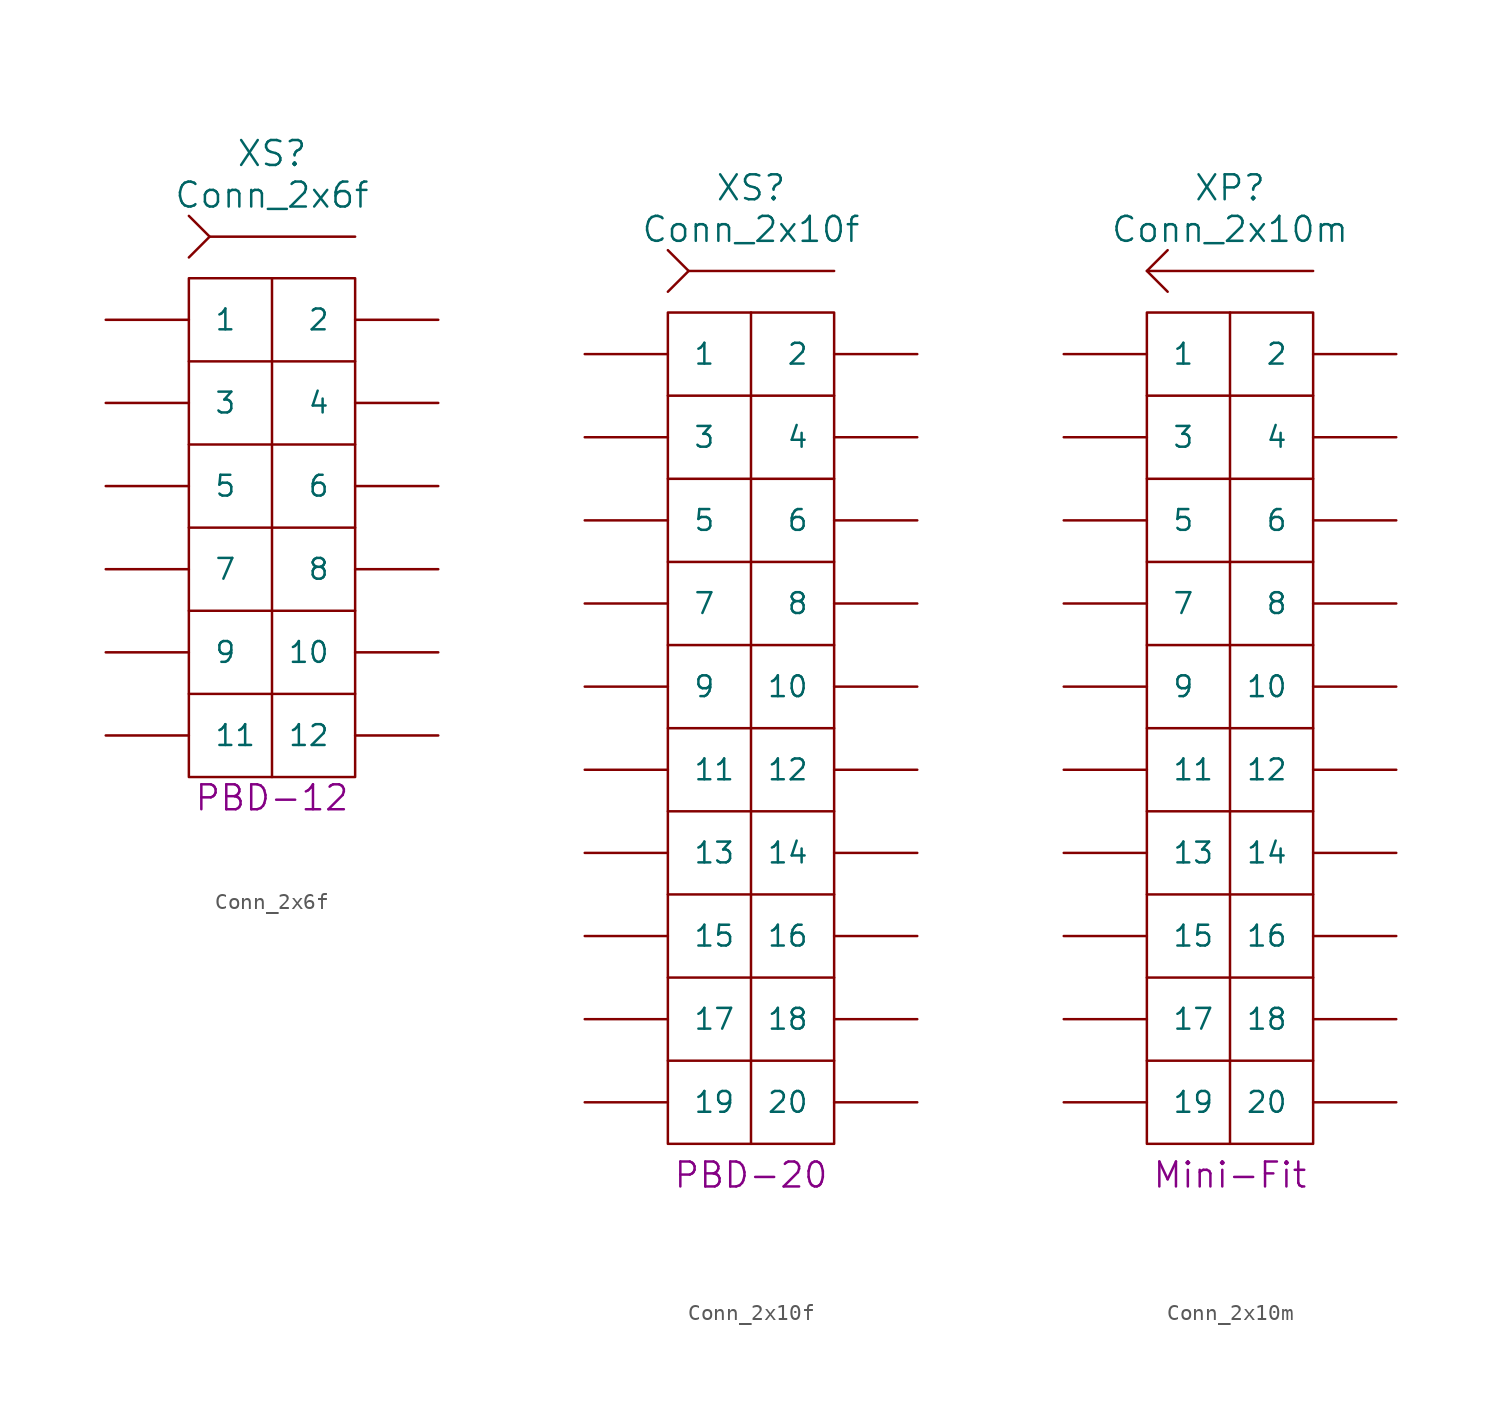
<source format=kicad_sym>
(kicad_symbol_lib
  (version 20220914)
  (generator kicad_symbol_editor)
  (symbol "Conn_2x6f"
    (pin_numbers hide)
    (pin_names
      (offset 1.524))
    (property "Reference" "XS"
      (at 0 22.86 0)
      (do_not_autoplace)
      (effects (font (size 1.524 1.524))))
    (property "Value" "Conn_2x6f"
      (at 0 20.32 0)
      (do_not_autoplace)
      (effects (font (size 1.524 1.524))))
    (property "Datasheet" ""
      (at 0 -11.43 0)
      (effects (font (size 1.524 1.524))))
    (property "Type" "PBD-12"
      (at 0 -16.51 0)
      (effects (font (size 1.524 1.524))))
    (symbol "Conn_2x6f_0_0"
      (polyline (pts (xy 5.08 -10.16) (xy -5.08 -10.16)) (stroke (width 0) (type solid)) (fill (type none)))
      (polyline (pts (xy 5.08 -5.08) (xy -5.08 -5.08)) (stroke (width 0) (type solid)) (fill (type none)))
      (polyline (pts (xy 5.08 0) (xy -5.08 0)) (stroke (width 0) (type solid)) (fill (type none)))
      (polyline (pts (xy 5.08 5.08) (xy -5.08 5.08)) (stroke (width 0) (type solid)) (fill (type none)))
      (polyline (pts (xy 5.08 10.16) (xy -5.08 10.16)) (stroke (width 0) (type solid)) (fill (type none)))
      (rectangle (start 5.08 15.24) (end -5.08 -15.24) (stroke (width 0) (type solid)) (fill (type none))))
    (symbol "Conn_2x6f_0_1"
      (polyline (pts (xy 0 15.24) (xy 0 -15.24)) (stroke (width 0) (type solid)) (fill (type none)))
      (polyline (pts (xy 5.08 17.78) (xy -3.81 17.78)) (stroke (width 0) (type solid)) (fill (type none)))
      (polyline (pts (xy -5.08 16.51) (xy -3.81 17.78) (xy -5.08 19.05)) (stroke (width 0) (type solid)) (fill (type none))))
    (symbol "Conn_2x6f_1_1"
      (pin passive line (at -10.16 12.7 0) (length 5.08) (name "1" (effects (font (size 1.27 1.27)))) (number "1" (effects (font (size 1.27 1.27)))))
      (pin passive line (at 10.16 -7.62 180) (length 5.08) (name "10" (effects (font (size 1.27 1.27)))) (number "10" (effects (font (size 1.27 1.27)))))
      (pin passive line (at -10.16 -12.7 0) (length 5.08) (name "11" (effects (font (size 1.27 1.27)))) (number "11" (effects (font (size 1.27 1.27)))))
      (pin passive line (at 10.16 -12.7 180) (length 5.08) (name "12" (effects (font (size 1.27 1.27)))) (number "12" (effects (font (size 1.27 1.27)))))
      (pin passive line (at 10.16 12.7 180) (length 5.08) (name "2" (effects (font (size 1.27 1.27)))) (number "2" (effects (font (size 1.27 1.27)))))
      (pin passive line (at -10.16 7.62 0) (length 5.08) (name "3" (effects (font (size 1.27 1.27)))) (number "3" (effects (font (size 1.27 1.27)))))
      (pin passive line (at 10.16 7.62 180) (length 5.08) (name "4" (effects (font (size 1.27 1.27)))) (number "4" (effects (font (size 1.27 1.27)))))
      (pin passive line (at -10.16 2.54 0) (length 5.08) (name "5" (effects (font (size 1.27 1.27)))) (number "5" (effects (font (size 1.27 1.27)))))
      (pin passive line (at 10.16 2.54 180) (length 5.08) (name "6" (effects (font (size 1.27 1.27)))) (number "6" (effects (font (size 1.27 1.27)))))
      (pin passive line (at -10.16 -2.54 0) (length 5.08) (name "7" (effects (font (size 1.27 1.27)))) (number "7" (effects (font (size 1.27 1.27)))))
      (pin passive line (at 10.16 -2.54 180) (length 5.08) (name "8" (effects (font (size 1.27 1.27)))) (number "8" (effects (font (size 1.27 1.27)))))
      (pin passive line (at -10.16 -7.62 0) (length 5.08) (name "9" (effects (font (size 1.27 1.27)))) (number "9" (effects (font (size 1.27 1.27)))))))
  (symbol "Conn_2x10f"
    (pin_numbers hide)
    (pin_names
      (offset 1.524))
    (property "Reference" "XS"
      (at 0 33.02 0)
      (do_not_autoplace)
      (effects (font (size 1.524 1.524))))
    (property "Value" "Conn_2x10f"
      (at 0 30.48 0)
      (do_not_autoplace)
      (effects (font (size 1.524 1.524))))
    (property "Datasheet" ""
      (at 0 3.81 0)
      (effects (font (size 1.524 1.524))))
    (property "Type" "PBD-20"
      (at 0 -27.305 0)
      (effects (font (size 1.524 1.524))))
    (symbol "Conn_2x10f_0_0"
      (polyline (pts (xy 5.08 -20.32) (xy -5.08 -20.32)) (stroke (width 0) (type solid)) (fill (type none)))
      (polyline (pts (xy 5.08 -15.24) (xy -5.08 -15.24)) (stroke (width 0) (type solid)) (fill (type none)))
      (polyline (pts (xy 5.08 -10.16) (xy -5.08 -10.16)) (stroke (width 0) (type solid)) (fill (type none)))
      (polyline (pts (xy 5.08 -5.08) (xy -5.08 -5.08)) (stroke (width 0) (type solid)) (fill (type none)))
      (polyline (pts (xy 5.08 0) (xy -5.08 0)) (stroke (width 0) (type solid)) (fill (type none)))
      (polyline (pts (xy 5.08 5.08) (xy -5.08 5.08)) (stroke (width 0) (type solid)) (fill (type none)))
      (polyline (pts (xy 5.08 10.16) (xy -5.08 10.16)) (stroke (width 0) (type solid)) (fill (type none)))
      (polyline (pts (xy 5.08 15.24) (xy -5.08 15.24)) (stroke (width 0) (type solid)) (fill (type none)))
      (polyline (pts (xy 5.08 20.32) (xy -5.08 20.32)) (stroke (width 0) (type solid)) (fill (type none)))
      (rectangle (start 5.08 25.4) (end -5.08 -25.4) (stroke (width 0) (type solid)) (fill (type none))))
    (symbol "Conn_2x10f_0_1"
      (polyline (pts (xy 0 25.4) (xy 0 -25.4)) (stroke (width 0) (type solid)) (fill (type none)))
      (polyline (pts (xy 5.08 27.94) (xy -3.81 27.94)) (stroke (width 0) (type solid)) (fill (type none)))
      (polyline (pts (xy -5.08 26.67) (xy -3.81 27.94) (xy -5.08 29.21)) (stroke (width 0) (type solid)) (fill (type none))))
    (symbol "Conn_2x10f_1_1"
      (pin passive line (at -10.16 22.86 0) (length 5.08) (name "1" (effects (font (size 1.27 1.27)))) (number "1" (effects (font (size 1.27 1.27)))))
      (pin passive line (at 10.16 2.54 180) (length 5.08) (name "10" (effects (font (size 1.27 1.27)))) (number "10" (effects (font (size 1.27 1.27)))))
      (pin passive line (at -10.16 -2.54 0) (length 5.08) (name "11" (effects (font (size 1.27 1.27)))) (number "11" (effects (font (size 1.27 1.27)))))
      (pin passive line (at 10.16 -2.54 180) (length 5.08) (name "12" (effects (font (size 1.27 1.27)))) (number "12" (effects (font (size 1.27 1.27)))))
      (pin passive line (at -10.16 -7.62 0) (length 5.08) (name "13" (effects (font (size 1.27 1.27)))) (number "13" (effects (font (size 1.27 1.27)))))
      (pin passive line (at 10.16 -7.62 180) (length 5.08) (name "14" (effects (font (size 1.27 1.27)))) (number "14" (effects (font (size 1.27 1.27)))))
      (pin passive line (at -10.16 -12.7 0) (length 5.08) (name "15" (effects (font (size 1.27 1.27)))) (number "15" (effects (font (size 1.27 1.27)))))
      (pin passive line (at 10.16 -12.7 180) (length 5.08) (name "16" (effects (font (size 1.27 1.27)))) (number "16" (effects (font (size 1.27 1.27)))))
      (pin passive line (at -10.16 -17.78 0) (length 5.08) (name "17" (effects (font (size 1.27 1.27)))) (number "17" (effects (font (size 1.27 1.27)))))
      (pin passive line (at 10.16 -17.78 180) (length 5.08) (name "18" (effects (font (size 1.27 1.27)))) (number "18" (effects (font (size 1.27 1.27)))))
      (pin passive line (at -10.16 -22.86 0) (length 5.08) (name "19" (effects (font (size 1.27 1.27)))) (number "19" (effects (font (size 1.27 1.27)))))
      (pin passive line (at 10.16 22.86 180) (length 5.08) (name "2" (effects (font (size 1.27 1.27)))) (number "2" (effects (font (size 1.27 1.27)))))
      (pin passive line (at 10.16 -22.86 180) (length 5.08) (name "20" (effects (font (size 1.27 1.27)))) (number "20" (effects (font (size 1.27 1.27)))))
      (pin passive line (at -10.16 17.78 0) (length 5.08) (name "3" (effects (font (size 1.27 1.27)))) (number "3" (effects (font (size 1.27 1.27)))))
      (pin passive line (at 10.16 17.78 180) (length 5.08) (name "4" (effects (font (size 1.27 1.27)))) (number "4" (effects (font (size 1.27 1.27)))))
      (pin passive line (at -10.16 12.7 0) (length 5.08) (name "5" (effects (font (size 1.27 1.27)))) (number "5" (effects (font (size 1.27 1.27)))))
      (pin passive line (at 10.16 12.7 180) (length 5.08) (name "6" (effects (font (size 1.27 1.27)))) (number "6" (effects (font (size 1.27 1.27)))))
      (pin passive line (at -10.16 7.62 0) (length 5.08) (name "7" (effects (font (size 1.27 1.27)))) (number "7" (effects (font (size 1.27 1.27)))))
      (pin passive line (at 10.16 7.62 180) (length 5.08) (name "8" (effects (font (size 1.27 1.27)))) (number "8" (effects (font (size 1.27 1.27)))))
      (pin passive line (at -10.16 2.54 0) (length 5.08) (name "9" (effects (font (size 1.27 1.27)))) (number "9" (effects (font (size 1.27 1.27)))))))
  (symbol "Conn_2x10m"
    (pin_numbers hide)
    (pin_names
      (offset 1.524))
    (property "Reference" "XP"
      (at 0 33.02 0)
      (do_not_autoplace)
      (effects (font (size 1.524 1.524))))
    (property "Value" "Conn_2x10m"
      (at 0 30.48 0)
      (do_not_autoplace)
      (effects (font (size 1.524 1.524))))
    (property "Datasheet" ""
      (at 0 3.81 0)
      (effects (font (size 1.524 1.524))))
    (property "Type" "Mini-Fit"
      (at 0 -27.305 0)
      (do_not_autoplace)
      (effects (font (size 1.524 1.524))))
    (symbol "Conn_2x10m_0_0"
      (polyline (pts (xy 5.08 -20.32) (xy -5.08 -20.32)) (stroke (width 0) (type solid)) (fill (type none)))
      (polyline (pts (xy 5.08 -15.24) (xy -5.08 -15.24)) (stroke (width 0) (type solid)) (fill (type none)))
      (polyline (pts (xy 5.08 -10.16) (xy -5.08 -10.16)) (stroke (width 0) (type solid)) (fill (type none)))
      (polyline (pts (xy 5.08 -5.08) (xy -5.08 -5.08)) (stroke (width 0) (type solid)) (fill (type none)))
      (polyline (pts (xy 5.08 0) (xy -5.08 0)) (stroke (width 0) (type solid)) (fill (type none)))
      (polyline (pts (xy 5.08 5.08) (xy -5.08 5.08)) (stroke (width 0) (type solid)) (fill (type none)))
      (polyline (pts (xy 5.08 10.16) (xy -5.08 10.16)) (stroke (width 0) (type solid)) (fill (type none)))
      (polyline (pts (xy 5.08 15.24) (xy -5.08 15.24)) (stroke (width 0) (type solid)) (fill (type none)))
      (polyline (pts (xy 5.08 20.32) (xy -5.08 20.32)) (stroke (width 0) (type solid)) (fill (type none)))
      (rectangle (start 5.08 25.4) (end -5.08 -25.4) (stroke (width 0) (type solid)) (fill (type none))))
    (symbol "Conn_2x10m_0_1"
      (polyline (pts (xy 0 25.4) (xy 0 -25.4)) (stroke (width 0) (type solid)) (fill (type none)))
      (polyline (pts (xy 5.08 27.94) (xy -5.08 27.94)) (stroke (width 0) (type solid)) (fill (type none)))
      (polyline (pts (xy -3.81 26.67) (xy -5.08 27.94) (xy -3.81 29.21)) (stroke (width 0) (type solid)) (fill (type none))))
    (symbol "Conn_2x10m_1_1"
      (pin passive line (at -10.16 22.86 0) (length 5.08) (name "1" (effects (font (size 1.27 1.27)))) (number "1" (effects (font (size 1.27 1.27)))))
      (pin passive line (at 10.16 2.54 180) (length 5.08) (name "10" (effects (font (size 1.27 1.27)))) (number "10" (effects (font (size 1.27 1.27)))))
      (pin passive line (at -10.16 -2.54 0) (length 5.08) (name "11" (effects (font (size 1.27 1.27)))) (number "11" (effects (font (size 1.27 1.27)))))
      (pin passive line (at 10.16 -2.54 180) (length 5.08) (name "12" (effects (font (size 1.27 1.27)))) (number "12" (effects (font (size 1.27 1.27)))))
      (pin passive line (at -10.16 -7.62 0) (length 5.08) (name "13" (effects (font (size 1.27 1.27)))) (number "13" (effects (font (size 1.27 1.27)))))
      (pin passive line (at 10.16 -7.62 180) (length 5.08) (name "14" (effects (font (size 1.27 1.27)))) (number "14" (effects (font (size 1.27 1.27)))))
      (pin passive line (at -10.16 -12.7 0) (length 5.08) (name "15" (effects (font (size 1.27 1.27)))) (number "15" (effects (font (size 1.27 1.27)))))
      (pin passive line (at 10.16 -12.7 180) (length 5.08) (name "16" (effects (font (size 1.27 1.27)))) (number "16" (effects (font (size 1.27 1.27)))))
      (pin passive line (at -10.16 -17.78 0) (length 5.08) (name "17" (effects (font (size 1.27 1.27)))) (number "17" (effects (font (size 1.27 1.27)))))
      (pin passive line (at 10.16 -17.78 180) (length 5.08) (name "18" (effects (font (size 1.27 1.27)))) (number "18" (effects (font (size 1.27 1.27)))))
      (pin passive line (at -10.16 -22.86 0) (length 5.08) (name "19" (effects (font (size 1.27 1.27)))) (number "19" (effects (font (size 1.27 1.27)))))
      (pin passive line (at 10.16 22.86 180) (length 5.08) (name "2" (effects (font (size 1.27 1.27)))) (number "2" (effects (font (size 1.27 1.27)))))
      (pin passive line (at 10.16 -22.86 180) (length 5.08) (name "20" (effects (font (size 1.27 1.27)))) (number "20" (effects (font (size 1.27 1.27)))))
      (pin passive line (at -10.16 17.78 0) (length 5.08) (name "3" (effects (font (size 1.27 1.27)))) (number "3" (effects (font (size 1.27 1.27)))))
      (pin passive line (at 10.16 17.78 180) (length 5.08) (name "4" (effects (font (size 1.27 1.27)))) (number "4" (effects (font (size 1.27 1.27)))))
      (pin passive line (at -10.16 12.7 0) (length 5.08) (name "5" (effects (font (size 1.27 1.27)))) (number "5" (effects (font (size 1.27 1.27)))))
      (pin passive line (at 10.16 12.7 180) (length 5.08) (name "6" (effects (font (size 1.27 1.27)))) (number "6" (effects (font (size 1.27 1.27)))))
      (pin passive line (at -10.16 7.62 0) (length 5.08) (name "7" (effects (font (size 1.27 1.27)))) (number "7" (effects (font (size 1.27 1.27)))))
      (pin passive line (at 10.16 7.62 180) (length 5.08) (name "8" (effects (font (size 1.27 1.27)))) (number "8" (effects (font (size 1.27 1.27)))))
      (pin passive line (at -10.16 2.54 0) (length 5.08) (name "9" (effects (font (size 1.27 1.27)))) (number "9" (effects (font (size 1.27 1.27))))))))
</source>
